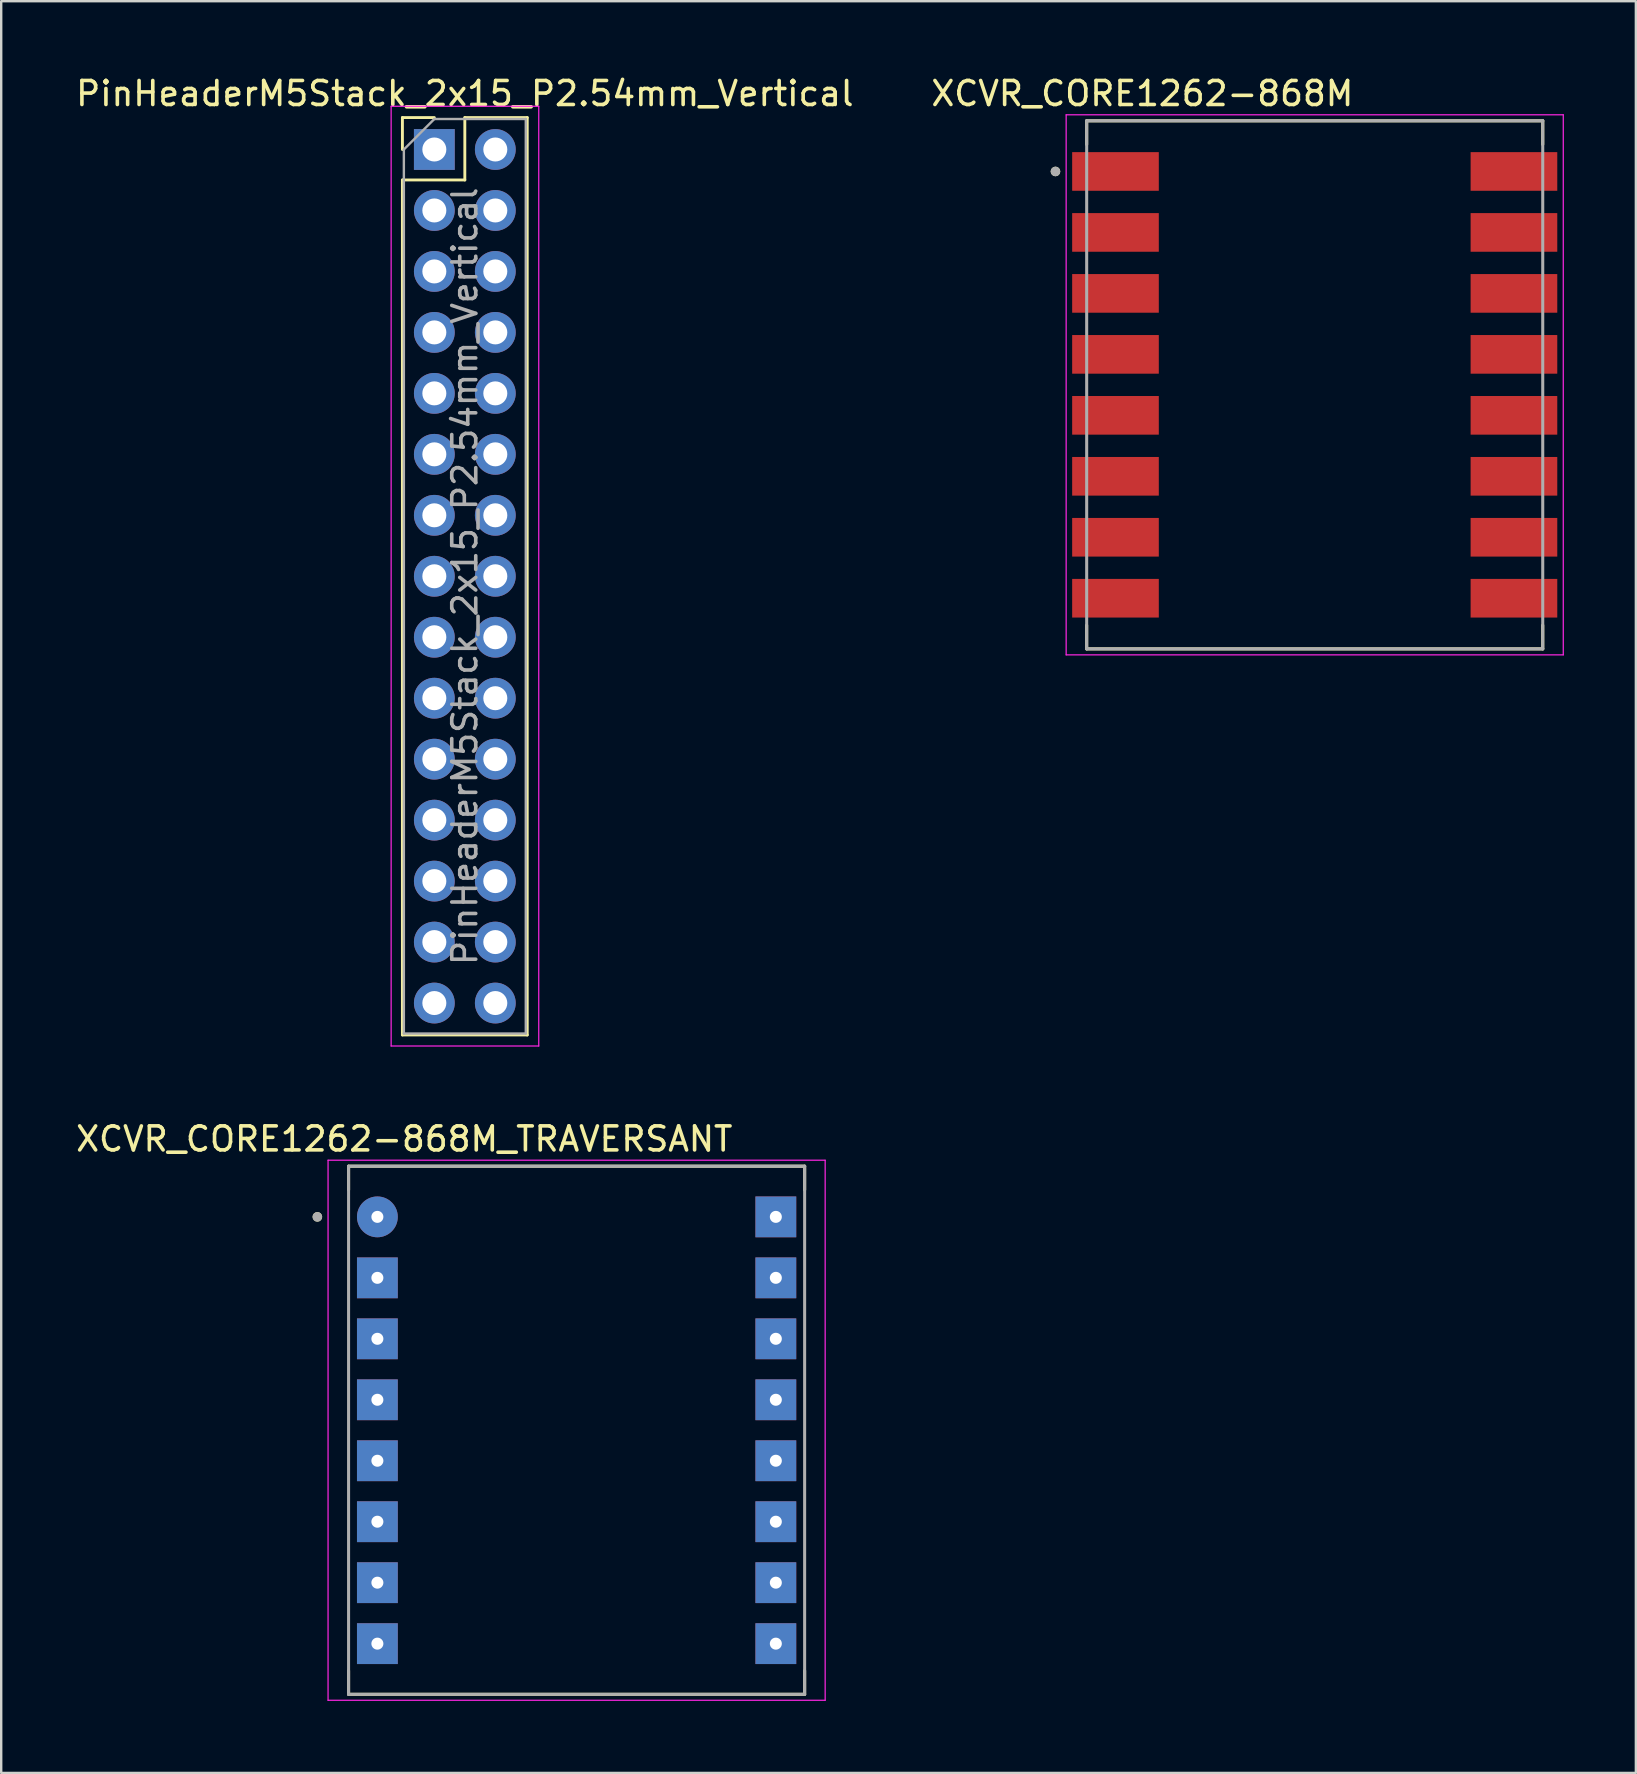
<source format=kicad_pcb>
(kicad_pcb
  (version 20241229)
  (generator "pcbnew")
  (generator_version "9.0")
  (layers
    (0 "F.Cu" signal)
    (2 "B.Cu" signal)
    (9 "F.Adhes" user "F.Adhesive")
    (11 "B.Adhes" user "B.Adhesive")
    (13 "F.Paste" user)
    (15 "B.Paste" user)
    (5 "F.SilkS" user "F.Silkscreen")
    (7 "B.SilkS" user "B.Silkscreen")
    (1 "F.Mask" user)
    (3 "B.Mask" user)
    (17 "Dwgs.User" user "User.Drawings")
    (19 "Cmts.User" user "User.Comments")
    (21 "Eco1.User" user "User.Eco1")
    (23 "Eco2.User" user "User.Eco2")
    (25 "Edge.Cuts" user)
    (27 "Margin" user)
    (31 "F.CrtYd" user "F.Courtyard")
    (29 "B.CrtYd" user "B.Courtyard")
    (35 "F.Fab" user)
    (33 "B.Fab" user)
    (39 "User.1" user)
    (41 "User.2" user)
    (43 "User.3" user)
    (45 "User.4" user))
  (footprint "XCVR_CORE1262-868M_TRAVERSANT"
    (layer "F.Cu")
    (at 20.972 56.536)
    (property "Reference" "XCVR_CORE1262-868M_TRAVERSANT" (at -7.18 -12.135 0) (layer "F.SilkS") (effects (font (size 1 1) (thickness 0.15))))
    (attr smd)
    (fp_line (start -9.5 -11) (end -9.5 -10.015) (stroke (width 0.127) (type solid)) (layer "F.SilkS"))
    (fp_line (start -9.5 -11) (end 9.5 -11) (stroke (width 0.127) (type solid)) (layer "F.SilkS"))
    (fp_line (start -9.5 11) (end -9.5 10.015) (stroke (width 0.127) (type solid)) (layer "F.SilkS"))
    (fp_line (start -9.5 11) (end 9.5 11) (stroke (width 0.127) (type solid)) (layer "F.SilkS"))
    (fp_line (start 9.5 -11) (end 9.5 -10.015) (stroke (width 0.127) (type solid)) (layer "F.SilkS"))
    (fp_line (start 9.5 11) (end 9.5 10.015) (stroke (width 0.127) (type solid)) (layer "F.SilkS"))
    (fp_circle (center -10.8 -8.89) (end -10.7 -8.89) (stroke (width 0.2) (type solid)) (fill no) (layer "F.SilkS"))
    (fp_line (start -10.355 -11.25) (end 10.355 -11.25) (stroke (width 0.05) (type solid)) (layer "F.CrtYd"))
    (fp_line (start -10.355 11.25) (end -10.355 -11.25) (stroke (width 0.05) (type solid)) (layer "F.CrtYd"))
    (fp_line (start 10.355 -11.25) (end 10.355 11.25) (stroke (width 0.05) (type solid)) (layer "F.CrtYd"))
    (fp_line (start 10.355 11.25) (end -10.355 11.25) (stroke (width 0.05) (type solid)) (layer "F.CrtYd"))
    (fp_line (start -9.5 -11) (end 9.5 -11) (stroke (width 0.127) (type solid)) (layer "F.Fab"))
    (fp_line (start -9.5 11) (end -9.5 -11) (stroke (width 0.127) (type solid)) (layer "F.Fab"))
    (fp_line (start 9.5 -11) (end 9.5 11) (stroke (width 0.127) (type solid)) (layer "F.Fab"))
    (fp_line (start 9.5 11) (end -9.5 11) (stroke (width 0.127) (type solid)) (layer "F.Fab"))
    (fp_circle (center -10.8 -8.89) (end -10.7 -8.89) (stroke (width 0.2) (type solid)) (fill no) (layer "F.Fab"))
    (pad "1" thru_hole circle (at -8.3 -8.89) (size 1.7 1.7) (drill 0.5) (layers "*.Cu" "*.Mask"))
    (pad "2" thru_hole rect (at -8.3 -6.35) (size 1.7 1.7) (drill 0.5) (layers "*.Cu" "*.Mask"))
    (pad "3" thru_hole rect (at -8.3 -3.81) (size 1.7 1.7) (drill 0.5) (layers "*.Cu" "*.Mask"))
    (pad "4" thru_hole rect (at -8.3 -1.27) (size 1.7 1.7) (drill 0.5) (layers "*.Cu" "*.Mask"))
    (pad "5" thru_hole rect (at -8.3 1.27) (size 1.7 1.7) (drill 0.5) (layers "*.Cu" "*.Mask"))
    (pad "6" thru_hole rect (at -8.3 3.81) (size 1.7 1.7) (drill 0.5) (layers "*.Cu" "*.Mask"))
    (pad "7" thru_hole rect (at -8.3 6.35) (size 1.7 1.7) (drill 0.5) (layers "*.Cu" "*.Mask"))
    (pad "8" thru_hole rect (at -8.3 8.89) (size 1.7 1.7) (drill 0.5) (layers "*.Cu" "*.Mask"))
    (pad "9" thru_hole rect (at 8.3 8.89) (size 1.7 1.7) (drill 0.5) (layers "*.Cu" "*.Mask"))
    (pad "10" thru_hole rect (at 8.3 6.35) (size 1.7 1.7) (drill 0.5) (layers "*.Cu" "*.Mask"))
    (pad "11" thru_hole rect (at 8.3 3.81) (size 1.7 1.7) (drill 0.5) (layers "*.Cu" "*.Mask"))
    (pad "12" thru_hole rect (at 8.3 1.27) (size 1.7 1.7) (drill 0.5) (layers "*.Cu" "*.Mask"))
    (pad "13" thru_hole rect (at 8.3 -1.27) (size 1.7 1.7) (drill 0.5) (layers "*.Cu" "*.Mask"))
    (pad "14" thru_hole rect (at 8.3 -3.81) (size 1.7 1.7) (drill 0.5) (layers "*.Cu" "*.Mask"))
    (pad "15" thru_hole rect (at 8.3 -6.35) (size 1.7 1.7) (drill 0.5) (layers "*.Cu" "*.Mask"))
    (pad "16" thru_hole rect (at 8.3 -8.89) (size 1.7 1.7) (drill 0.5) (layers "*.Cu" "*.Mask")))
  (footprint "PinHeaderM5Stack_2x15_P2.54mm_Vertical"
    (layer "F.Cu")
    (at 15.045 3.178)
    (property "Reference" "PinHeaderM5Stack_2x15_P2.54mm_Vertical" (at 1.27 -2.33 0) (layer "F.SilkS") (effects (font (size 1 1) (thickness 0.15))))
    (attr through_hole)
    (fp_line (start -1.33 -1.33) (end 0 -1.33) (stroke (width 0.12) (type solid)) (layer "F.SilkS"))
    (fp_line (start -1.33 0) (end -1.33 -1.33) (stroke (width 0.12) (type solid)) (layer "F.SilkS"))
    (fp_line (start -1.33 1.27) (end -1.33 36.89) (stroke (width 0.12) (type solid)) (layer "F.SilkS"))
    (fp_line (start -1.33 1.27) (end 1.27 1.27) (stroke (width 0.12) (type solid)) (layer "F.SilkS"))
    (fp_line (start -1.33 36.89) (end 3.87 36.89) (stroke (width 0.12) (type solid)) (layer "F.SilkS"))
    (fp_line (start 1.27 -1.33) (end 3.87 -1.33) (stroke (width 0.12) (type solid)) (layer "F.SilkS"))
    (fp_line (start 1.27 1.27) (end 1.27 -1.33) (stroke (width 0.12) (type solid)) (layer "F.SilkS"))
    (fp_line (start 3.87 -1.33) (end 3.87 36.89) (stroke (width 0.12) (type solid)) (layer "F.SilkS"))
    (fp_line (start -1.8 -1.8) (end -1.8 37.35) (stroke (width 0.05) (type solid)) (layer "F.CrtYd"))
    (fp_line (start -1.8 37.35) (end 4.35 37.35) (stroke (width 0.05) (type solid)) (layer "F.CrtYd"))
    (fp_line (start 4.35 -1.8) (end -1.8 -1.8) (stroke (width 0.05) (type solid)) (layer "F.CrtYd"))
    (fp_line (start 4.35 37.35) (end 4.35 -1.8) (stroke (width 0.05) (type solid)) (layer "F.CrtYd"))
    (fp_line (start -1.27 0) (end 0 -1.27) (stroke (width 0.1) (type solid)) (layer "F.Fab"))
    (fp_line (start -1.27 36.83) (end -1.27 0) (stroke (width 0.1) (type solid)) (layer "F.Fab"))
    (fp_line (start 0 -1.27) (end 3.81 -1.27) (stroke (width 0.1) (type solid)) (layer "F.Fab"))
    (fp_line (start 3.81 -1.27) (end 3.81 36.83) (stroke (width 0.1) (type solid)) (layer "F.Fab"))
    (fp_line (start 3.81 36.83) (end -1.27 36.83) (stroke (width 0.1) (type solid)) (layer "F.Fab"))
    (fp_text user "${REFERENCE}" (at 1.27 17.78 90) (layer "F.Fab") (effects (font (size 1 1) (thickness 0.15))))
    (pad "1" thru_hole rect (at 0 0) (size 1.7 1.7) (drill 1) (layers "*.Cu" "*.Mask"))
    (pad "2" thru_hole oval (at 0 2.54) (size 1.7 1.7) (drill 1) (layers "*.Cu" "*.Mask"))
    (pad "3" thru_hole oval (at 0 5.08) (size 1.7 1.7) (drill 1) (layers "*.Cu" "*.Mask"))
    (pad "4" thru_hole oval (at 2.54 17.78) (size 1.7 1.7) (drill 1) (layers "*.Cu" "*.Mask"))
    (pad "5" thru_hole oval (at 2.54 22.86) (size 1.7 1.7) (drill 1) (layers "*.Cu" "*.Mask"))
    (pad "7" thru_hole oval (at 0 15.24) (size 1.7 1.7) (drill 1) (layers "*.Cu" "*.Mask"))
    (pad "8" thru_hole oval (at 0 17.78) (size 1.7 1.7) (drill 1) (layers "*.Cu" "*.Mask"))
    (pad "9" thru_hole oval (at 0 20.32) (size 1.7 1.7) (drill 1) (layers "*.Cu" "*.Mask"))
    (pad "10" thru_hole oval (at 0 22.86) (size 1.7 1.7) (drill 1) (layers "*.Cu" "*.Mask"))
    (pad "11" thru_hole oval (at 2.54 27.94) (size 1.7 1.7) (drill 1) (layers "*.Cu" "*.Mask"))
    (pad "12" thru_hole oval (at 0 27.94) (size 1.7 1.7) (drill 1) (layers "*.Cu" "*.Mask"))
    (pad "13" thru_hole oval (at 0 30.48) (size 1.7 1.7) (drill 1) (layers "*.Cu" "*.Mask"))
    (pad "14" thru_hole oval (at 0 33.02) (size 1.7 1.7) (drill 1) (layers "*.Cu" "*.Mask"))
    (pad "15" thru_hole oval (at 0 35.56) (size 1.7 1.7) (drill 1) (layers "*.Cu" "*.Mask"))
    (pad "18" thru_hole oval (at 0 12.7) (size 1.7 1.7) (drill 1) (layers "*.Cu" "*.Mask"))
    (pad "19" thru_hole oval (at 2.54 25.4) (size 1.7 1.7) (drill 1) (layers "*.Cu" "*.Mask"))
    (pad "21" thru_hole oval (at 2.54 12.7) (size 1.7 1.7) (drill 1) (layers "*.Cu" "*.Mask"))
    (pad "22" thru_hole oval (at 2.54 15.24) (size 1.7 1.7) (drill 1) (layers "*.Cu" "*.Mask"))
    (pad "23" thru_hole oval (at 0 7.62) (size 1.7 1.7) (drill 1) (layers "*.Cu" "*.Mask"))
    (pad "24" thru_hole oval (at 2.54 20.32) (size 1.7 1.7) (drill 1) (layers "*.Cu" "*.Mask"))
    (pad "25" thru_hole oval (at 2.54 7.62) (size 1.7 1.7) (drill 1) (layers "*.Cu" "*.Mask"))
    (pad "26" thru_hole oval (at 2.54 10.16) (size 1.7 1.7) (drill 1) (layers "*.Cu" "*.Mask"))
    (pad "27" thru_hole oval (at 0 25.4) (size 1.7 1.7) (drill 1) (layers "*.Cu" "*.Mask"))
    (pad "28" thru_hole oval (at 2.54 30.48) (size 1.7 1.7) (drill 1) (layers "*.Cu" "*.Mask"))
    (pad "29" thru_hole oval (at 2.54 33.02) (size 1.7 1.7) (drill 1) (layers "*.Cu" "*.Mask"))
    (pad "30" thru_hole oval (at 2.54 35.56) (size 1.7 1.7) (drill 1) (layers "*.Cu" "*.Mask"))
    (pad "35" thru_hole oval (at 2.54 0) (size 1.7 1.7) (drill 1) (layers "*.Cu" "*.Mask"))
    (pad "36" thru_hole oval (at 2.54 2.54) (size 1.7 1.7) (drill 1) (layers "*.Cu" "*.Mask"))
    (pad "37" thru_hole oval (at 2.54 5.08) (size 1.7 1.7) (drill 1) (layers "*.Cu" "*.Mask"))
    (pad "38" thru_hole oval (at 0 10.16) (size 1.7 1.7) (drill 1) (layers "*.Cu" "*.Mask")))
  (footprint "XCVR_CORE1262-868M"
    (layer "F.Cu")
    (at 51.722 12.983)
    (property "Reference" "XCVR_CORE1262-868M" (at -7.18 -12.135 0) (layer "F.SilkS") (effects (font (size 1 1) (thickness 0.15))))
    (attr smd)
    (fp_line (start -9.5 -11) (end -9.5 -10.015) (stroke (width 0.127) (type solid)) (layer "F.SilkS"))
    (fp_line (start -9.5 -11) (end 9.5 -11) (stroke (width 0.127) (type solid)) (layer "F.SilkS"))
    (fp_line (start -9.5 11) (end -9.5 10.015) (stroke (width 0.127) (type solid)) (layer "F.SilkS"))
    (fp_line (start -9.5 11) (end 9.5 11) (stroke (width 0.127) (type solid)) (layer "F.SilkS"))
    (fp_line (start 9.5 -11) (end 9.5 -10.015) (stroke (width 0.127) (type solid)) (layer "F.SilkS"))
    (fp_line (start 9.5 11) (end 9.5 10.015) (stroke (width 0.127) (type solid)) (layer "F.SilkS"))
    (fp_circle (center -10.8 -8.89) (end -10.7 -8.89) (stroke (width 0.2) (type solid)) (fill no) (layer "F.SilkS"))
    (fp_line (start -10.355 -11.25) (end 10.355 -11.25) (stroke (width 0.05) (type solid)) (layer "F.CrtYd"))
    (fp_line (start -10.355 11.25) (end -10.355 -11.25) (stroke (width 0.05) (type solid)) (layer "F.CrtYd"))
    (fp_line (start 10.355 -11.25) (end 10.355 11.25) (stroke (width 0.05) (type solid)) (layer "F.CrtYd"))
    (fp_line (start 10.355 11.25) (end -10.355 11.25) (stroke (width 0.05) (type solid)) (layer "F.CrtYd"))
    (fp_line (start -9.5 -11) (end 9.5 -11) (stroke (width 0.127) (type solid)) (layer "F.Fab"))
    (fp_line (start -9.5 11) (end -9.5 -11) (stroke (width 0.127) (type solid)) (layer "F.Fab"))
    (fp_line (start 9.5 -11) (end 9.5 11) (stroke (width 0.127) (type solid)) (layer "F.Fab"))
    (fp_line (start 9.5 11) (end -9.5 11) (stroke (width 0.127) (type solid)) (layer "F.Fab"))
    (fp_circle (center -10.8 -8.89) (end -10.7 -8.89) (stroke (width 0.2) (type solid)) (fill no) (layer "F.Fab"))
    (pad "1" smd rect (at -8.3 -8.89) (size 3.61 1.61) (layers "F.Cu" "F.Mask" "F.Paste"))
    (pad "2" smd rect (at -8.3 -6.35) (size 3.61 1.61) (layers "F.Cu" "F.Mask" "F.Paste"))
    (pad "3" smd rect (at -8.3 -3.81) (size 3.61 1.61) (layers "F.Cu" "F.Mask" "F.Paste"))
    (pad "4" smd rect (at -8.3 -1.27) (size 3.61 1.61) (layers "F.Cu" "F.Mask" "F.Paste"))
    (pad "5" smd rect (at -8.3 1.27) (size 3.61 1.61) (layers "F.Cu" "F.Mask" "F.Paste"))
    (pad "6" smd rect (at -8.3 3.81) (size 3.61 1.61) (layers "F.Cu" "F.Mask" "F.Paste"))
    (pad "7" smd rect (at -8.3 6.35) (size 3.61 1.61) (layers "F.Cu" "F.Mask" "F.Paste"))
    (pad "8" smd rect (at -8.3 8.89) (size 3.61 1.61) (layers "F.Cu" "F.Mask" "F.Paste"))
    (pad "9" smd rect (at 8.3 8.89) (size 3.61 1.61) (layers "F.Cu" "F.Mask" "F.Paste"))
    (pad "10" smd rect (at 8.3 6.35) (size 3.61 1.61) (layers "F.Cu" "F.Mask" "F.Paste"))
    (pad "11" smd rect (at 8.3 3.81) (size 3.61 1.61) (layers "F.Cu" "F.Mask" "F.Paste"))
    (pad "12" smd rect (at 8.3 1.27) (size 3.61 1.61) (layers "F.Cu" "F.Mask" "F.Paste"))
    (pad "13" smd rect (at 8.3 -1.27) (size 3.61 1.61) (layers "F.Cu" "F.Mask" "F.Paste"))
    (pad "14" smd rect (at 8.3 -3.81) (size 3.61 1.61) (layers "F.Cu" "F.Mask" "F.Paste"))
    (pad "15" smd rect (at 8.3 -6.35) (size 3.61 1.61) (layers "F.Cu" "F.Mask" "F.Paste"))
    (pad "16" smd rect (at 8.3 -8.89) (size 3.61 1.61) (layers "F.Cu" "F.Mask" "F.Paste")))
  (gr_rect
    (start -3 -3)
    (end 65.102 70.811)
    (stroke (width 0.1) (type default))
    (fill no)
    (layer "Edge.Cuts")))
</source>
